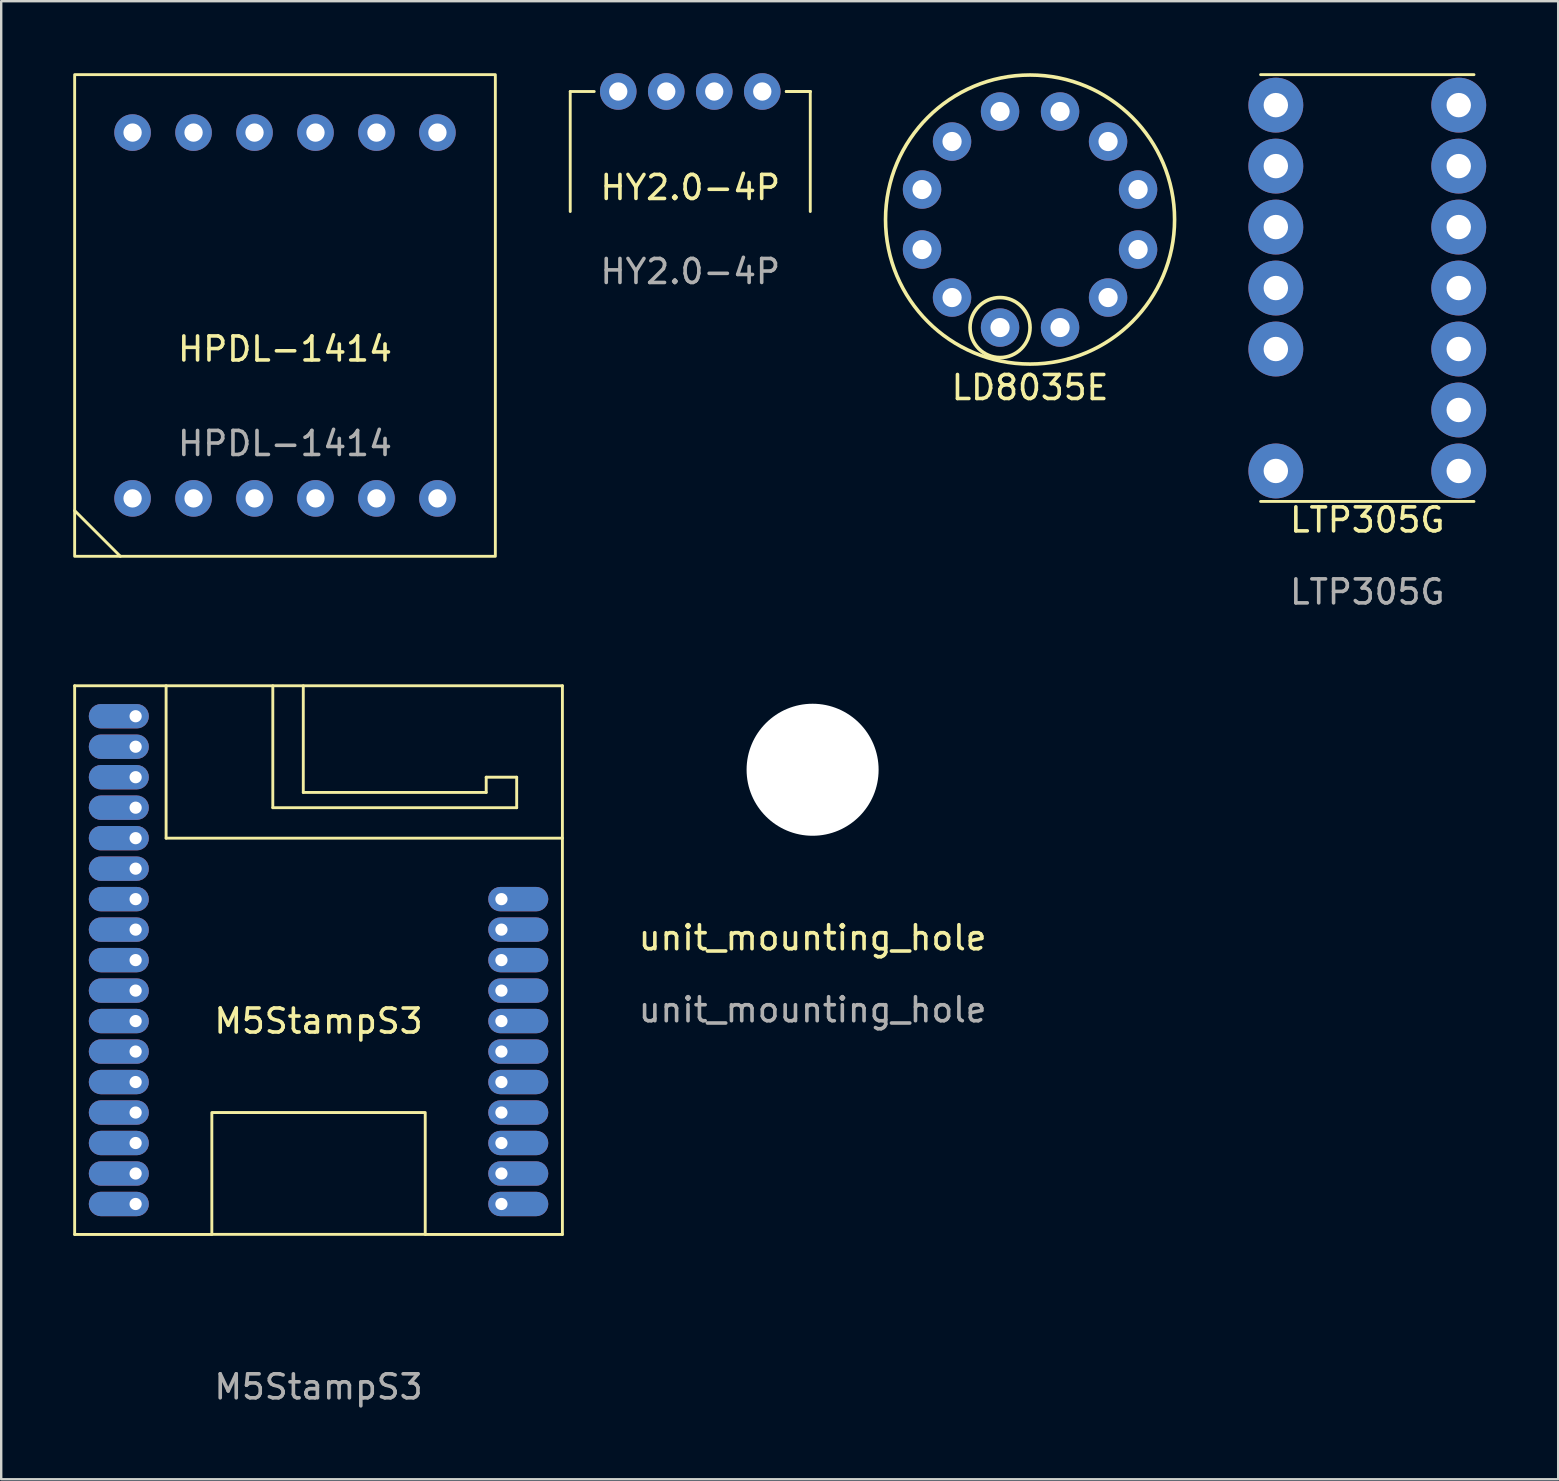
<source format=kicad_pcb>
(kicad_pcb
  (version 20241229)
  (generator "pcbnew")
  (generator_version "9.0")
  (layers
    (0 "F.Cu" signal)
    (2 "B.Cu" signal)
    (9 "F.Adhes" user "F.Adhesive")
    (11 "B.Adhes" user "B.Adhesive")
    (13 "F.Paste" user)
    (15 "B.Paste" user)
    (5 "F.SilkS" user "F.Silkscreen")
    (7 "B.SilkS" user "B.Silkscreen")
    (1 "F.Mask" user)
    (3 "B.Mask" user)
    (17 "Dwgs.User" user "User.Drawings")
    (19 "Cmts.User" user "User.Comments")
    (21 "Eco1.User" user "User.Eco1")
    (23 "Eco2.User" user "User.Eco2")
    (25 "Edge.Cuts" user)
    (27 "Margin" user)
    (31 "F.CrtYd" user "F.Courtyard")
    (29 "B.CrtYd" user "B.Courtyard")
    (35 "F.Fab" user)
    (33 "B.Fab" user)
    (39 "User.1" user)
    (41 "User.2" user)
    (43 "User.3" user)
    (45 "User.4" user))
  (footprint "HPDL-1414"
    (layer "F.Cu")
    (at 8.823 20.126)
    (property "Reference" "HPDL-1414" (at 0 -8.636 0) (unlocked yes) (layer "F.SilkS") (effects (font (size 1 1) (thickness 0.15))))
    (attr through_hole)
    (fp_line (start -8.763 -1.905) (end -6.858 0) (stroke (width 0.12) (type default)) (layer "F.SilkS"))
    (fp_rect (start -8.763 -20.066) (end 8.763 0) (stroke (width 0.12) (type default)) (fill no) (layer "F.SilkS"))
    (fp_text user "${REFERENCE}" (at 0 -4.699 0) (unlocked yes) (layer "F.Fab") (effects (font (size 1 1) (thickness 0.15))))
    (pad "1" thru_hole circle (at -6.35 -2.413) (size 1.524 1.524) (drill 0.762) (layers "*.Cu" "*.Mask"))
    (pad "2" thru_hole circle (at -3.81 -2.413) (size 1.524 1.524) (drill 0.762) (layers "*.Cu" "*.Mask"))
    (pad "3" thru_hole circle (at -1.27 -2.413) (size 1.524 1.524) (drill 0.762) (layers "*.Cu" "*.Mask"))
    (pad "4" thru_hole circle (at 1.27 -2.413) (size 1.524 1.524) (drill 0.762) (layers "*.Cu" "*.Mask"))
    (pad "5" thru_hole circle (at 3.81 -2.413) (size 1.524 1.524) (drill 0.762) (layers "*.Cu" "*.Mask"))
    (pad "6" thru_hole circle (at 6.35 -2.413) (size 1.524 1.524) (drill 0.762) (layers "*.Cu" "*.Mask"))
    (pad "7" thru_hole circle (at 6.35 -17.653) (size 1.524 1.524) (drill 0.762) (layers "*.Cu" "*.Mask"))
    (pad "8" thru_hole circle (at 3.81 -17.653) (size 1.524 1.524) (drill 0.762) (layers "*.Cu" "*.Mask"))
    (pad "9" thru_hole circle (at 1.27 -17.653) (size 1.524 1.524) (drill 0.762) (layers "*.Cu" "*.Mask"))
    (pad "10" thru_hole circle (at -1.27 -17.653) (size 1.524 1.524) (drill 0.762) (layers "*.Cu" "*.Mask"))
    (pad "11" thru_hole circle (at -3.81 -17.653) (size 1.524 1.524) (drill 0.762) (layers "*.Cu" "*.Mask"))
    (pad "12" thru_hole circle (at -6.35 -17.653) (size 1.524 1.524) (drill 0.762) (layers "*.Cu" "*.Mask")))
  (footprint "LTP305G"
    (layer "F.Cu")
    (at 53.911 19.11)
    (property "Reference" "LTP305G" (at 0 -0.5 0) (unlocked yes) (layer "F.SilkS") (effects (font (size 1 1) (thickness 0.15))))
    (attr smd)
    (fp_line (start -4.445 -19.05) (end 4.445 -19.05) (stroke (width 0.12) (type default)) (layer "F.SilkS"))
    (fp_line (start -4.445 -1.27) (end 4.445 -1.27) (stroke (width 0.12) (type default)) (layer "F.SilkS"))
    (fp_text user "${REFERENCE}" (at 0 2.5 0) (unlocked yes) (layer "F.Fab") (effects (font (size 1 1) (thickness 0.15))))
    (pad "1" thru_hole circle (at -3.81 -17.78) (size 2.286 2.286) (drill 1.016) (layers "*.Cu" "*.Mask"))
    (pad "2" thru_hole circle (at -3.81 -15.24) (size 2.286 2.286) (drill 1.016) (layers "*.Cu" "*.Mask"))
    (pad "3" thru_hole circle (at -3.81 -12.7) (size 2.286 2.286) (drill 1.016) (layers "*.Cu" "*.Mask"))
    (pad "4" thru_hole circle (at -3.81 -10.16) (size 2.286 2.286) (drill 1.016) (layers "*.Cu" "*.Mask"))
    (pad "5" thru_hole circle (at -3.81 -7.62) (size 2.286 2.286) (drill 1.016) (layers "*.Cu" "*.Mask"))
    (pad "7" thru_hole circle (at -3.81 -2.54) (size 2.286 2.286) (drill 1.016) (layers "*.Cu" "*.Mask"))
    (pad "8" thru_hole circle (at 3.81 -2.54) (size 2.286 2.286) (drill 1.016) (layers "*.Cu" "*.Mask"))
    (pad "9" thru_hole circle (at 3.81 -5.08) (size 2.286 2.286) (drill 1.016) (layers "*.Cu" "*.Mask"))
    (pad "10" thru_hole circle (at 3.81 -7.62) (size 2.286 2.286) (drill 1.016) (layers "*.Cu" "*.Mask"))
    (pad "11" thru_hole circle (at 3.81 -10.16) (size 2.286 2.286) (drill 1.016) (layers "*.Cu" "*.Mask"))
    (pad "12" thru_hole circle (at 3.81 -12.7) (size 2.286 2.286) (drill 1.016) (layers "*.Cu" "*.Mask"))
    (pad "13" thru_hole circle (at 3.81 -15.24) (size 2.286 2.286) (drill 1.016) (layers "*.Cu" "*.Mask"))
    (pad "14" thru_hole circle (at 3.81 -17.78) (size 2.286 2.286) (drill 1.016) (layers "*.Cu" "*.Mask")))
  (footprint "M5StampS3"
    (layer "F.Cu")
    (at 10.22 49.648)
    (property "Reference" "M5StampS3" (at 0 -10.16 0) (unlocked yes) (layer "F.SilkS") (effects (font (size 1 1) (thickness 0.15))))
    (attr through_hole)
    (fp_line (start -10.16 -24.13) (end -10.16 -1.27) (stroke (width 0.12) (type default)) (layer "F.SilkS"))
    (fp_line (start -10.16 -1.27) (end -4.445 -1.27) (stroke (width 0.12) (type default)) (layer "F.SilkS"))
    (fp_line (start -6.35 -24.13) (end -6.35 -17.78) (stroke (width 0.12) (type default)) (layer "F.SilkS"))
    (fp_line (start -6.35 -17.78) (end 10.16 -17.78) (stroke (width 0.12) (type default)) (layer "F.SilkS"))
    (fp_line (start -1.905 -24.13) (end -1.905 -19.05) (stroke (width 0.12) (type default)) (layer "F.SilkS"))
    (fp_line (start -1.905 -19.05) (end 8.255 -19.05) (stroke (width 0.12) (type default)) (layer "F.SilkS"))
    (fp_line (start -0.635 -19.685) (end -0.635 -24.13) (stroke (width 0.12) (type default)) (layer "F.SilkS"))
    (fp_line (start 4.445 -1.27) (end 10.16 -1.27) (stroke (width 0.12) (type default)) (layer "F.SilkS"))
    (fp_line (start 6.985 -20.32) (end 6.985 -19.685) (stroke (width 0.12) (type default)) (layer "F.SilkS"))
    (fp_line (start 6.985 -19.685) (end -0.635 -19.685) (stroke (width 0.12) (type default)) (layer "F.SilkS"))
    (fp_line (start 8.255 -20.32) (end 6.985 -20.32) (stroke (width 0.12) (type default)) (layer "F.SilkS"))
    (fp_line (start 8.255 -19.05) (end 8.255 -20.32) (stroke (width 0.12) (type default)) (layer "F.SilkS"))
    (fp_line (start 10.16 -24.13) (end -10.16 -24.13) (stroke (width 0.12) (type default)) (layer "F.SilkS"))
    (fp_line (start 10.16 -1.27) (end 10.16 -24.13) (stroke (width 0.12) (type default)) (layer "F.SilkS"))
    (fp_rect (start -4.445 -6.35) (end 4.445 -1.275) (stroke (width 0.12) (type default)) (fill no) (layer "F.SilkS"))
    (fp_text user "${REFERENCE}" (at 0 5.08 0) (unlocked yes) (layer "F.Fab") (effects (font (size 1 1) (thickness 0.15))))
    (pad "1" thru_hole roundrect (at -7.62 -22.86) (size 2.5 1.016) (drill 0.508 (offset -0.7 0)) (layers "*.Cu" "*.Mask") (roundrect_rratio 0.492))
    (pad "2" thru_hole roundrect (at -7.62 -21.59) (size 2.5 1.016) (drill 0.508 (offset -0.7 0)) (layers "*.Cu" "*.Mask") (roundrect_rratio 0.492))
    (pad "3" thru_hole roundrect (at -7.62 -20.32) (size 2.5 1.016) (drill 0.508 (offset -0.7 0)) (layers "*.Cu" "*.Mask") (roundrect_rratio 0.492))
    (pad "4" thru_hole roundrect (at -7.62 -19.05) (size 2.5 1.016) (drill 0.508 (offset -0.7 0)) (layers "*.Cu" "*.Mask") (roundrect_rratio 0.492))
    (pad "5" thru_hole roundrect (at -7.62 -17.78) (size 2.5 1.016) (drill 0.508 (offset -0.7 0)) (layers "*.Cu" "*.Mask") (roundrect_rratio 0.492))
    (pad "6" thru_hole roundrect (at -7.62 -16.51) (size 2.5 1.016) (drill 0.508 (offset -0.7 0)) (layers "*.Cu" "*.Mask") (roundrect_rratio 0.492))
    (pad "7" thru_hole roundrect (at -7.62 -15.24) (size 2.5 1.016) (drill 0.508 (offset -0.7 0)) (layers "*.Cu" "*.Mask") (roundrect_rratio 0.492))
    (pad "8" thru_hole roundrect (at -7.62 -13.97) (size 2.5 1.016) (drill 0.508 (offset -0.7 0)) (layers "*.Cu" "*.Mask") (roundrect_rratio 0.492))
    (pad "9" thru_hole roundrect (at -7.62 -12.7) (size 2.5 1.016) (drill 0.508 (offset -0.7 0)) (layers "*.Cu" "*.Mask") (roundrect_rratio 0.492))
    (pad "10" thru_hole roundrect (at -7.62 -11.43) (size 2.5 1.016) (drill 0.508 (offset -0.7 0)) (layers "*.Cu" "*.Mask") (roundrect_rratio 0.492))
    (pad "11" thru_hole roundrect (at -7.62 -10.16) (size 2.5 1.016) (drill 0.508 (offset -0.7 0)) (layers "*.Cu" "*.Mask") (roundrect_rratio 0.492))
    (pad "12" thru_hole roundrect (at -7.62 -8.89) (size 2.5 1.016) (drill 0.508 (offset -0.7 0)) (layers "*.Cu" "*.Mask") (roundrect_rratio 0.492))
    (pad "13" thru_hole roundrect (at -7.62 -7.62) (size 2.5 1.016) (drill 0.508 (offset -0.7 0)) (layers "*.Cu" "*.Mask") (roundrect_rratio 0.492))
    (pad "14" thru_hole roundrect (at -7.62 -6.35) (size 2.5 1.016) (drill 0.508 (offset -0.7 0)) (layers "*.Cu" "*.Mask") (roundrect_rratio 0.492))
    (pad "15" thru_hole roundrect (at -7.62 -5.08) (size 2.5 1.016) (drill 0.508 (offset -0.7 0)) (layers "*.Cu" "*.Mask") (roundrect_rratio 0.492))
    (pad "16" thru_hole roundrect (at -7.62 -3.81) (size 2.5 1.016) (drill 0.508 (offset -0.7 0)) (layers "*.Cu" "*.Mask") (roundrect_rratio 0.492))
    (pad "17" thru_hole roundrect (at -7.62 -2.54) (size 2.5 1.016) (drill 0.508 (offset -0.7 0)) (layers "*.Cu" "*.Mask") (roundrect_rratio 0.492))
    (pad "18" thru_hole roundrect (at 7.62 -2.54 180) (size 2.5 1.016) (drill 0.508 (offset -0.7 0)) (layers "*.Cu" "*.Mask") (roundrect_rratio 0.492))
    (pad "19" thru_hole roundrect (at 7.62 -3.81 180) (size 2.5 1.016) (drill 0.508 (offset -0.7 0)) (layers "*.Cu" "*.Mask") (roundrect_rratio 0.492))
    (pad "20" thru_hole roundrect (at 7.62 -5.08 180) (size 2.5 1.016) (drill 0.508 (offset -0.7 0)) (layers "*.Cu" "*.Mask") (roundrect_rratio 0.492))
    (pad "21" thru_hole roundrect (at 7.62 -6.35 180) (size 2.5 1.016) (drill 0.508 (offset -0.7 0)) (layers "*.Cu" "*.Mask") (roundrect_rratio 0.492))
    (pad "22" thru_hole roundrect (at 7.62 -7.62 180) (size 2.5 1.016) (drill 0.508 (offset -0.7 0)) (layers "*.Cu" "*.Mask") (roundrect_rratio 0.492))
    (pad "23" thru_hole roundrect (at 7.62 -8.89 180) (size 2.5 1.016) (drill 0.508 (offset -0.7 0)) (layers "*.Cu" "*.Mask") (roundrect_rratio 0.492))
    (pad "24" thru_hole roundrect (at 7.62 -10.16 180) (size 2.5 1.016) (drill 0.508 (offset -0.7 0)) (layers "*.Cu" "*.Mask") (roundrect_rratio 0.492))
    (pad "25" thru_hole roundrect (at 7.62 -11.43 180) (size 2.5 1.016) (drill 0.508 (offset -0.7 0)) (layers "*.Cu" "*.Mask") (roundrect_rratio 0.492))
    (pad "26" thru_hole roundrect (at 7.62 -12.7 180) (size 2.5 1.016) (drill 0.508 (offset -0.7 0)) (layers "*.Cu" "*.Mask") (roundrect_rratio 0.492))
    (pad "27" thru_hole roundrect (at 7.62 -13.97 180) (size 2.5 1.016) (drill 0.508 (offset -0.7 0)) (layers "*.Cu" "*.Mask") (roundrect_rratio 0.492))
    (pad "28" thru_hole roundrect (at 7.62 -15.24 180) (size 2.5 1.016) (drill 0.508 (offset -0.7 0)) (layers "*.Cu" "*.Mask") (roundrect_rratio 0.492)))
  (footprint "LD8035E"
    (layer "F.Cu")
    (at 39.862 6.096)
    (property "Reference" "LD8035E" (at 0 7 0) (layer "F.SilkS") (effects (font (size 1 1) (thickness 0.15))))
    (attr through_hole)
    (fp_circle (center -1.25 4.5) (end -1.25 5.75) (stroke (width 0.15) (type solid)) (fill no) (layer "F.SilkS"))
    (fp_circle (center 0 0) (end 6 0.5) (stroke (width 0.15) (type solid)) (fill no) (layer "F.SilkS"))
    (pad "1" thru_hole circle (at 1.25 4.5) (size 1.6 1.6) (drill 0.8) (layers "*.Cu" "*.Mask"))
    (pad "2" thru_hole circle (at 3.25 3.25) (size 1.6 1.6) (drill 0.8) (layers "*.Cu" "*.Mask"))
    (pad "3" thru_hole circle (at 4.5 1.25) (size 1.6 1.6) (drill 0.8) (layers "*.Cu" "*.Mask"))
    (pad "4" thru_hole circle (at 4.5 -1.25) (size 1.6 1.6) (drill 0.8) (layers "*.Cu" "*.Mask"))
    (pad "5" thru_hole circle (at 3.25 -3.25) (size 1.6 1.6) (drill 0.8) (layers "*.Cu" "*.Mask"))
    (pad "6" thru_hole circle (at 1.25 -4.5) (size 1.6 1.6) (drill 0.8) (layers "*.Cu" "*.Mask"))
    (pad "7" thru_hole circle (at -1.25 -4.5) (size 1.6 1.6) (drill 0.8) (layers "*.Cu" "*.Mask"))
    (pad "8" thru_hole circle (at -3.25 -3.25) (size 1.6 1.6) (drill 0.8) (layers "*.Cu" "*.Mask"))
    (pad "9" thru_hole circle (at -4.5 -1.25) (size 1.6 1.6) (drill 0.8) (layers "*.Cu" "*.Mask"))
    (pad "10" thru_hole circle (at -4.5 1.25) (size 1.6 1.6) (drill 0.8) (layers "*.Cu" "*.Mask"))
    (pad "11" thru_hole circle (at -3.25 3.25) (size 1.6 1.6) (drill 0.8) (layers "*.Cu" "*.Mask"))
    (pad "12" thru_hole circle (at -1.25 4.5) (size 1.6 1.6) (drill 0.8) (layers "*.Cu" "*.Mask")))
  (footprint "HY2.0-4P"
    (layer "F.Cu")
    (at 25.706 5.762)
    (property "Reference" "HY2.0-4P" (at 0 -1 0) (unlocked yes) (layer "F.SilkS") (effects (font (size 1 1) (thickness 0.15))))
    (attr through_hole)
    (fp_line (start -5 -5) (end -5 0) (stroke (width 0.12) (type default)) (layer "F.SilkS"))
    (fp_line (start -4 -5) (end -5 -5) (stroke (width 0.12) (type default)) (layer "F.SilkS"))
    (fp_line (start 4 -5) (end 5 -5) (stroke (width 0.12) (type default)) (layer "F.SilkS"))
    (fp_line (start 5 -5) (end 4 -5) (stroke (width 0.12) (type default)) (layer "F.SilkS"))
    (fp_line (start 5 -5) (end 5 0) (stroke (width 0.12) (type default)) (layer "F.SilkS"))
    (fp_text user "${REFERENCE}" (at 0 2.5 0) (unlocked yes) (layer "F.Fab") (effects (font (size 1 1) (thickness 0.15))))
    (pad "1" thru_hole circle (at -3 -5) (size 1.524 1.524) (drill 0.762) (layers "*.Cu" "*.Mask"))
    (pad "2" thru_hole circle (at -1 -5) (size 1.524 1.524) (drill 0.762) (layers "*.Cu" "*.Mask"))
    (pad "3" thru_hole circle (at 1 -5) (size 1.524 1.524) (drill 0.762) (layers "*.Cu" "*.Mask"))
    (pad "4" thru_hole circle (at 3 -5) (size 1.524 1.524) (drill 0.762) (layers "*.Cu" "*.Mask")))
  (footprint "unit_mounting_hole"
    (layer "F.Cu")
    (at 30.803 36.518)
    (property "Reference" "unit_mounting_hole" (at 0 -0.5 0) (unlocked yes) (layer "F.SilkS") (effects (font (size 1 1) (thickness 0.15))))
    (fp_circle (center 0 -7.5) (end 0 -11) (stroke (width 0.12) (type default)) (fill no) (layer "Margin"))
    (fp_text user "${REFERENCE}" (at 0 2.5 0) (unlocked yes) (layer "F.Fab") (effects (font (size 1 1) (thickness 0.15))))
    (pad "" np_thru_hole circle (at 0 -7.5) (size 5.5 5.5) (drill 5.5) (layers "*.Cu" "*.Mask")))
  (gr_rect
    (start -3 -3)
    (end 61.864 58.577)
    (stroke (width 0.1) (type default))
    (fill no)
    (layer "Edge.Cuts")))
</source>
